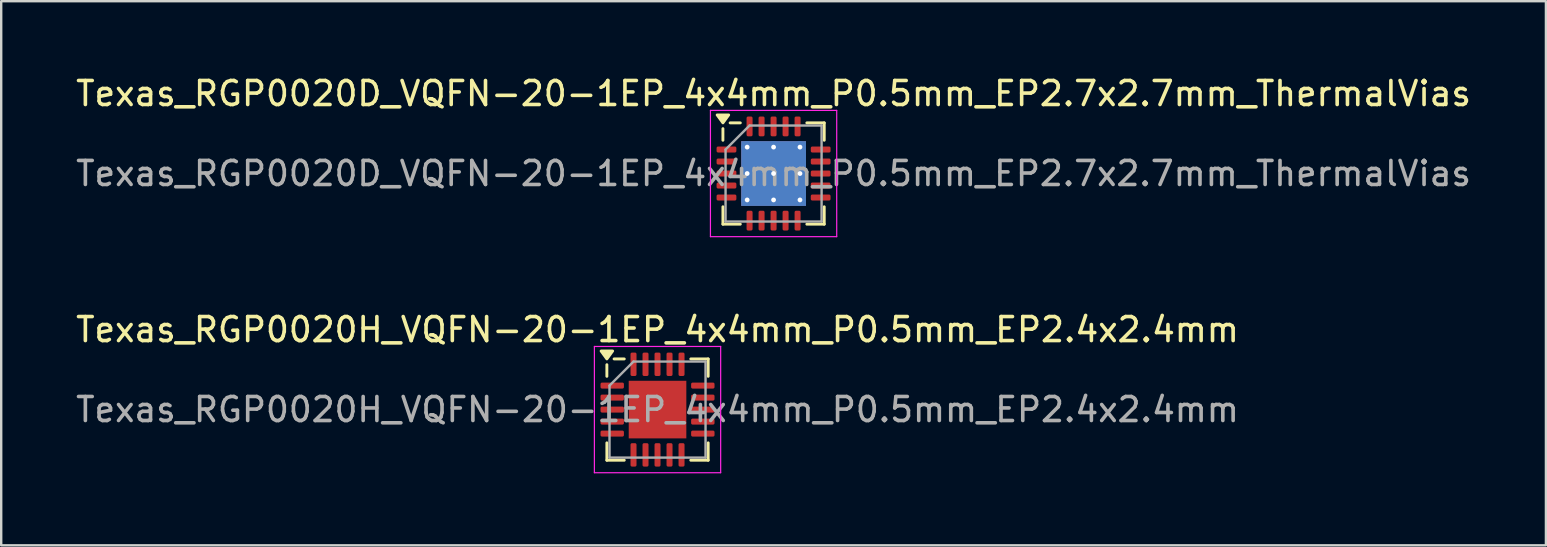
<source format=kicad_pcb>
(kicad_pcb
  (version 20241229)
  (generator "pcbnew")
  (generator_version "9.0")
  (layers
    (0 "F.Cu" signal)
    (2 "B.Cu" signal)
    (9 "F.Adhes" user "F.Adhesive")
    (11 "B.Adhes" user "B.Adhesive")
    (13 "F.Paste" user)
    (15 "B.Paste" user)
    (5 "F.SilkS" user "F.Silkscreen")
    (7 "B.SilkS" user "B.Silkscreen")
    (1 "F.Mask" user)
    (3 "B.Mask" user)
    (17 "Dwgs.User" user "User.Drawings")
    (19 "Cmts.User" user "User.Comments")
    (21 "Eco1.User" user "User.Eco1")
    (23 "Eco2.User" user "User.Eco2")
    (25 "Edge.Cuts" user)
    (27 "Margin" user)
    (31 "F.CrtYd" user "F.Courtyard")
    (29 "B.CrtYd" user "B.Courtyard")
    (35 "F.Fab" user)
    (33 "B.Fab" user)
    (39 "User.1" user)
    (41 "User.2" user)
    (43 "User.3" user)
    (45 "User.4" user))
  (footprint "Texas_RGP0020H_VQFN-20-1EP_4x4mm_P0.5mm_EP2.4x2.4mm"
    (layer "F.Cu")
    (at 24.339 14.011)
    (property "Reference" "Texas_RGP0020H_VQFN-20-1EP_4x4mm_P0.5mm_EP2.4x2.4mm" (at 0 -3.33 0) (layer "F.SilkS") (effects (font (size 1 1) (thickness 0.15))))
    (attr smd)
    (fp_line (start -2.11 -1.385) (end -2.11 -1.87) (stroke (width 0.12) (type solid)) (layer "F.SilkS"))
    (fp_line (start -2.11 2.11) (end -2.11 1.385) (stroke (width 0.12) (type solid)) (layer "F.SilkS"))
    (fp_line (start -1.385 -2.11) (end -1.81 -2.11) (stroke (width 0.12) (type solid)) (layer "F.SilkS"))
    (fp_line (start -1.385 2.11) (end -2.11 2.11) (stroke (width 0.12) (type solid)) (layer "F.SilkS"))
    (fp_line (start 1.385 -2.11) (end 2.11 -2.11) (stroke (width 0.12) (type solid)) (layer "F.SilkS"))
    (fp_line (start 1.385 2.11) (end 2.11 2.11) (stroke (width 0.12) (type solid)) (layer "F.SilkS"))
    (fp_line (start 2.11 -2.11) (end 2.11 -1.385) (stroke (width 0.12) (type solid)) (layer "F.SilkS"))
    (fp_line (start 2.11 2.11) (end 2.11 1.385) (stroke (width 0.12) (type solid)) (layer "F.SilkS"))
    (fp_poly (pts (xy -2.11 -2.11) (xy -2.35 -2.44) (xy -1.87 -2.44) (xy -2.11 -2.11)) (stroke (width 0.12) (type solid)) (fill yes) (layer "F.SilkS"))
    (fp_line (start -2.63 -2.63) (end -2.63 2.63) (stroke (width 0.05) (type solid)) (layer "F.CrtYd"))
    (fp_line (start -2.63 2.63) (end 2.63 2.63) (stroke (width 0.05) (type solid)) (layer "F.CrtYd"))
    (fp_line (start 2.63 -2.63) (end -2.63 -2.63) (stroke (width 0.05) (type solid)) (layer "F.CrtYd"))
    (fp_line (start 2.63 2.63) (end 2.63 -2.63) (stroke (width 0.05) (type solid)) (layer "F.CrtYd"))
    (fp_line (start -2 -1) (end -1 -2) (stroke (width 0.1) (type solid)) (layer "F.Fab"))
    (fp_line (start -2 2) (end -2 -1) (stroke (width 0.1) (type solid)) (layer "F.Fab"))
    (fp_line (start -1 -2) (end 2 -2) (stroke (width 0.1) (type solid)) (layer "F.Fab"))
    (fp_line (start 2 -2) (end 2 2) (stroke (width 0.1) (type solid)) (layer "F.Fab"))
    (fp_line (start 2 2) (end -2 2) (stroke (width 0.1) (type solid)) (layer "F.Fab"))
    (fp_text user "${REFERENCE}" (at 0 0 0) (layer "F.Fab") (effects (font (size 1 1) (thickness 0.15))))
    (pad "" smd roundrect (at -0.6 -0.6) (size 0.97 0.97) (layers "F.Paste") (roundrect_rratio 0.25))
    (pad "" smd roundrect (at -0.6 0.6) (size 0.97 0.97) (layers "F.Paste") (roundrect_rratio 0.25))
    (pad "" smd roundrect (at 0.6 -0.6) (size 0.97 0.97) (layers "F.Paste") (roundrect_rratio 0.25))
    (pad "" smd roundrect (at 0.6 0.6) (size 0.97 0.97) (layers "F.Paste") (roundrect_rratio 0.25))
    (pad "1" smd roundrect (at -1.887 -1) (size 0.975 0.25) (layers "F.Cu" "F.Mask" "F.Paste") (roundrect_rratio 0.25))
    (pad "2" smd roundrect (at -1.887 -0.5) (size 0.975 0.25) (layers "F.Cu" "F.Mask" "F.Paste") (roundrect_rratio 0.25))
    (pad "3" smd roundrect (at -1.887 0) (size 0.975 0.25) (layers "F.Cu" "F.Mask" "F.Paste") (roundrect_rratio 0.25))
    (pad "4" smd roundrect (at -1.887 0.5) (size 0.975 0.25) (layers "F.Cu" "F.Mask" "F.Paste") (roundrect_rratio 0.25))
    (pad "5" smd roundrect (at -1.887 1) (size 0.975 0.25) (layers "F.Cu" "F.Mask" "F.Paste") (roundrect_rratio 0.25))
    (pad "6" smd roundrect (at -1 1.887) (size 0.25 0.975) (layers "F.Cu" "F.Mask" "F.Paste") (roundrect_rratio 0.25))
    (pad "7" smd roundrect (at -0.5 1.887) (size 0.25 0.975) (layers "F.Cu" "F.Mask" "F.Paste") (roundrect_rratio 0.25))
    (pad "8" smd roundrect (at 0 1.887) (size 0.25 0.975) (layers "F.Cu" "F.Mask" "F.Paste") (roundrect_rratio 0.25))
    (pad "9" smd roundrect (at 0.5 1.887) (size 0.25 0.975) (layers "F.Cu" "F.Mask" "F.Paste") (roundrect_rratio 0.25))
    (pad "10" smd roundrect (at 1 1.887) (size 0.25 0.975) (layers "F.Cu" "F.Mask" "F.Paste") (roundrect_rratio 0.25))
    (pad "11" smd roundrect (at 1.887 1) (size 0.975 0.25) (layers "F.Cu" "F.Mask" "F.Paste") (roundrect_rratio 0.25))
    (pad "12" smd roundrect (at 1.887 0.5) (size 0.975 0.25) (layers "F.Cu" "F.Mask" "F.Paste") (roundrect_rratio 0.25))
    (pad "13" smd roundrect (at 1.887 0) (size 0.975 0.25) (layers "F.Cu" "F.Mask" "F.Paste") (roundrect_rratio 0.25))
    (pad "14" smd roundrect (at 1.887 -0.5) (size 0.975 0.25) (layers "F.Cu" "F.Mask" "F.Paste") (roundrect_rratio 0.25))
    (pad "15" smd roundrect (at 1.887 -1) (size 0.975 0.25) (layers "F.Cu" "F.Mask" "F.Paste") (roundrect_rratio 0.25))
    (pad "16" smd roundrect (at 1 -1.887) (size 0.25 0.975) (layers "F.Cu" "F.Mask" "F.Paste") (roundrect_rratio 0.25))
    (pad "17" smd roundrect (at 0.5 -1.887) (size 0.25 0.975) (layers "F.Cu" "F.Mask" "F.Paste") (roundrect_rratio 0.25))
    (pad "18" smd roundrect (at 0 -1.887) (size 0.25 0.975) (layers "F.Cu" "F.Mask" "F.Paste") (roundrect_rratio 0.25))
    (pad "19" smd roundrect (at -0.5 -1.887) (size 0.25 0.975) (layers "F.Cu" "F.Mask" "F.Paste") (roundrect_rratio 0.25))
    (pad "20" smd roundrect (at -1 -1.887) (size 0.25 0.975) (layers "F.Cu" "F.Mask" "F.Paste") (roundrect_rratio 0.25))
    (pad "21" smd rect (at 0 0) (size 2.4 2.4) (property pad_prop_heatsink) (layers "F.Cu" "F.Mask")))
  (footprint "Texas_RGP0020D_VQFN-20-1EP_4x4mm_P0.5mm_EP2.7x2.7mm_ThermalVias"
    (layer "F.Cu")
    (at 29.173 4.178)
    (property "Reference" "Texas_RGP0020D_VQFN-20-1EP_4x4mm_P0.5mm_EP2.7x2.7mm_ThermalVias" (at 0 -3.33 0) (layer "F.SilkS") (effects (font (size 1 1) (thickness 0.15))))
    (attr smd)
    (fp_line (start -2.11 -1.385) (end -2.11 -1.87) (stroke (width 0.12) (type solid)) (layer "F.SilkS"))
    (fp_line (start -2.11 2.11) (end -2.11 1.385) (stroke (width 0.12) (type solid)) (layer "F.SilkS"))
    (fp_line (start -1.385 -2.11) (end -1.81 -2.11) (stroke (width 0.12) (type solid)) (layer "F.SilkS"))
    (fp_line (start -1.385 2.11) (end -2.11 2.11) (stroke (width 0.12) (type solid)) (layer "F.SilkS"))
    (fp_line (start 1.385 -2.11) (end 2.11 -2.11) (stroke (width 0.12) (type solid)) (layer "F.SilkS"))
    (fp_line (start 1.385 2.11) (end 2.11 2.11) (stroke (width 0.12) (type solid)) (layer "F.SilkS"))
    (fp_line (start 2.11 -2.11) (end 2.11 -1.385) (stroke (width 0.12) (type solid)) (layer "F.SilkS"))
    (fp_line (start 2.11 2.11) (end 2.11 1.385) (stroke (width 0.12) (type solid)) (layer "F.SilkS"))
    (fp_poly (pts (xy -2.11 -2.11) (xy -2.35 -2.44) (xy -1.87 -2.44) (xy -2.11 -2.11)) (stroke (width 0.12) (type solid)) (fill yes) (layer "F.SilkS"))
    (fp_line (start -2.63 -2.63) (end -2.63 2.63) (stroke (width 0.05) (type solid)) (layer "F.CrtYd"))
    (fp_line (start -2.63 2.63) (end 2.63 2.63) (stroke (width 0.05) (type solid)) (layer "F.CrtYd"))
    (fp_line (start 2.63 -2.63) (end -2.63 -2.63) (stroke (width 0.05) (type solid)) (layer "F.CrtYd"))
    (fp_line (start 2.63 2.63) (end 2.63 -2.63) (stroke (width 0.05) (type solid)) (layer "F.CrtYd"))
    (fp_line (start -2 -1) (end -1 -2) (stroke (width 0.1) (type solid)) (layer "F.Fab"))
    (fp_line (start -2 2) (end -2 -1) (stroke (width 0.1) (type solid)) (layer "F.Fab"))
    (fp_line (start -1 -2) (end 2 -2) (stroke (width 0.1) (type solid)) (layer "F.Fab"))
    (fp_line (start 2 -2) (end 2 2) (stroke (width 0.1) (type solid)) (layer "F.Fab"))
    (fp_line (start 2 2) (end -2 2) (stroke (width 0.1) (type solid)) (layer "F.Fab"))
    (fp_text user "${REFERENCE}" (at 0 0 0) (layer "F.Fab") (effects (font (size 1 1) (thickness 0.15))))
    (pad "" smd roundrect (at -0.675 -0.675) (size 1.13 1.13) (layers "F.Paste") (roundrect_rratio 0.221))
    (pad "" smd roundrect (at -0.675 0.675) (size 1.13 1.13) (layers "F.Paste") (roundrect_rratio 0.221))
    (pad "" smd roundrect (at 0.675 -0.675) (size 1.13 1.13) (layers "F.Paste") (roundrect_rratio 0.221))
    (pad "" smd roundrect (at 0.675 0.675) (size 1.13 1.13) (layers "F.Paste") (roundrect_rratio 0.221))
    (pad "1" smd roundrect (at -1.962 -1) (size 0.825 0.25) (layers "F.Cu" "F.Mask" "F.Paste") (roundrect_rratio 0.25))
    (pad "2" smd roundrect (at -1.962 -0.5) (size 0.825 0.25) (layers "F.Cu" "F.Mask" "F.Paste") (roundrect_rratio 0.25))
    (pad "3" smd roundrect (at -1.962 0) (size 0.825 0.25) (layers "F.Cu" "F.Mask" "F.Paste") (roundrect_rratio 0.25))
    (pad "4" smd roundrect (at -1.962 0.5) (size 0.825 0.25) (layers "F.Cu" "F.Mask" "F.Paste") (roundrect_rratio 0.25))
    (pad "5" smd roundrect (at -1.962 1) (size 0.825 0.25) (layers "F.Cu" "F.Mask" "F.Paste") (roundrect_rratio 0.25))
    (pad "6" smd roundrect (at -1 1.962) (size 0.25 0.825) (layers "F.Cu" "F.Mask" "F.Paste") (roundrect_rratio 0.25))
    (pad "7" smd roundrect (at -0.5 1.962) (size 0.25 0.825) (layers "F.Cu" "F.Mask" "F.Paste") (roundrect_rratio 0.25))
    (pad "8" smd roundrect (at 0 1.962) (size 0.25 0.825) (layers "F.Cu" "F.Mask" "F.Paste") (roundrect_rratio 0.25))
    (pad "9" smd roundrect (at 0.5 1.962) (size 0.25 0.825) (layers "F.Cu" "F.Mask" "F.Paste") (roundrect_rratio 0.25))
    (pad "10" smd roundrect (at 1 1.962) (size 0.25 0.825) (layers "F.Cu" "F.Mask" "F.Paste") (roundrect_rratio 0.25))
    (pad "11" smd roundrect (at 1.962 1) (size 0.825 0.25) (layers "F.Cu" "F.Mask" "F.Paste") (roundrect_rratio 0.25))
    (pad "12" smd roundrect (at 1.962 0.5) (size 0.825 0.25) (layers "F.Cu" "F.Mask" "F.Paste") (roundrect_rratio 0.25))
    (pad "13" smd roundrect (at 1.962 0) (size 0.825 0.25) (layers "F.Cu" "F.Mask" "F.Paste") (roundrect_rratio 0.25))
    (pad "14" smd roundrect (at 1.962 -0.5) (size 0.825 0.25) (layers "F.Cu" "F.Mask" "F.Paste") (roundrect_rratio 0.25))
    (pad "15" smd roundrect (at 1.962 -1) (size 0.825 0.25) (layers "F.Cu" "F.Mask" "F.Paste") (roundrect_rratio 0.25))
    (pad "16" smd roundrect (at 1 -1.962) (size 0.25 0.825) (layers "F.Cu" "F.Mask" "F.Paste") (roundrect_rratio 0.25))
    (pad "17" smd roundrect (at 0.5 -1.962) (size 0.25 0.825) (layers "F.Cu" "F.Mask" "F.Paste") (roundrect_rratio 0.25))
    (pad "18" smd roundrect (at 0 -1.962) (size 0.25 0.825) (layers "F.Cu" "F.Mask" "F.Paste") (roundrect_rratio 0.25))
    (pad "19" smd roundrect (at -0.5 -1.962) (size 0.25 0.825) (layers "F.Cu" "F.Mask" "F.Paste") (roundrect_rratio 0.25))
    (pad "20" smd roundrect (at -1 -1.962) (size 0.25 0.825) (layers "F.Cu" "F.Mask" "F.Paste") (roundrect_rratio 0.25))
    (pad "21" thru_hole circle (at -1.1 -1.1) (size 0.5 0.5) (drill 0.2) (property pad_prop_heatsink) (layers "*.Cu"))
    (pad "21" thru_hole circle (at -1.1 0) (size 0.5 0.5) (drill 0.2) (property pad_prop_heatsink) (layers "*.Cu"))
    (pad "21" thru_hole circle (at -1.1 1.1) (size 0.5 0.5) (drill 0.2) (property pad_prop_heatsink) (layers "*.Cu"))
    (pad "21" thru_hole circle (at 0 -1.1) (size 0.5 0.5) (drill 0.2) (property pad_prop_heatsink) (layers "*.Cu"))
    (pad "21" thru_hole circle (at 0 0) (size 0.5 0.5) (drill 0.2) (property pad_prop_heatsink) (layers "*.Cu"))
    (pad "21" smd rect (at 0 0) (size 2.7 2.7) (property pad_prop_heatsink) (layers "F.Cu" "F.Mask"))
    (pad "21" smd rect (at 0 0) (size 2.7 2.7) (property pad_prop_heatsink) (layers "B.Cu"))
    (pad "21" thru_hole circle (at 0 1.1) (size 0.5 0.5) (drill 0.2) (property pad_prop_heatsink) (layers "*.Cu"))
    (pad "21" thru_hole circle (at 1.1 -1.1) (size 0.5 0.5) (drill 0.2) (property pad_prop_heatsink) (layers "*.Cu"))
    (pad "21" thru_hole circle (at 1.1 0) (size 0.5 0.5) (drill 0.2) (property pad_prop_heatsink) (layers "*.Cu"))
    (pad "21" thru_hole circle (at 1.1 1.1) (size 0.5 0.5) (drill 0.2) (property pad_prop_heatsink) (layers "*.Cu")))
  (gr_rect
    (start -3 -3)
    (end 61.345 19.666)
    (stroke (width 0.1) (type default))
    (fill no)
    (layer "Edge.Cuts")))
</source>
